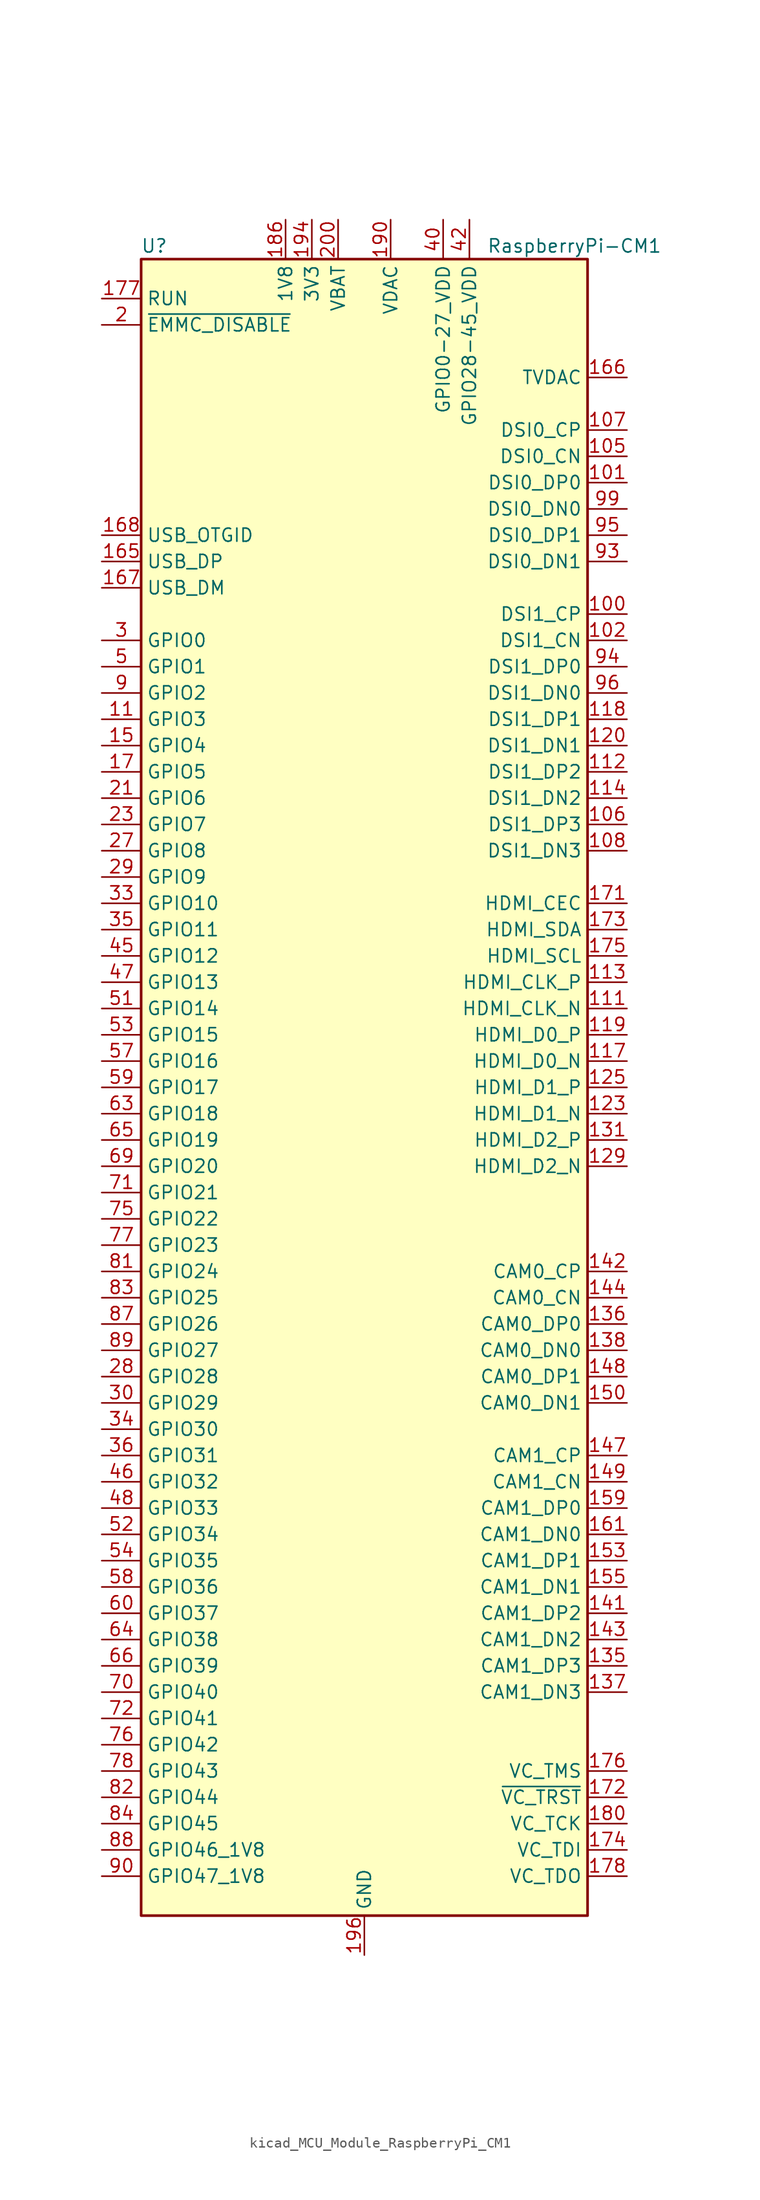
<source format=kicad_sym>
(kicad_symbol_lib
  (version 20220914)
  (generator kicad_symbol_editor)
  (symbol "kicad_MCU_Module_RaspberryPi_CM1"
    (property "Reference" "U"
      (at -20.32 81.28 0)
      (effects (font (size 1.27 1.27))))
    (property "Value" "RaspberryPi-CM1"
      (at 20.32 81.28 0)
      (effects (font (size 1.27 1.27))))
    (symbol "kicad_MCU_Module_RaspberryPi_CM1_0_1"
      (rectangle (start -21.59 80.01) (end 21.59 -80.01) (stroke (width 0.254) (type default)) (fill (type background))))
    (symbol "kicad_MCU_Module_RaspberryPi_CM1_1_1"
      (pin passive line (at 0 -83.82 90) (length 3.81) hide (name "GND" (effects (font (size 1.27 1.27)))) (number "1" (effects (font (size 1.27 1.27)))))
      (pin no_connect line (at -20.32 71.12 0) (length 2.54) hide (name "NC" (effects (font (size 1.27 1.27)))) (number "10" (effects (font (size 1.27 1.27)))))
      (pin output line (at 25.4 45.72 180) (length 3.81) (name "DSI1_CP" (effects (font (size 1.27 1.27)))) (number "100" (effects (font (size 1.27 1.27)))))
      (pin output line (at 25.4 58.42 180) (length 3.81) (name "DSI0_DP0" (effects (font (size 1.27 1.27)))) (number "101" (effects (font (size 1.27 1.27)))))
      (pin output line (at 25.4 43.18 180) (length 3.81) (name "DSI1_CN" (effects (font (size 1.27 1.27)))) (number "102" (effects (font (size 1.27 1.27)))))
      (pin passive line (at 0 -83.82 90) (length 3.81) hide (name "GND" (effects (font (size 1.27 1.27)))) (number "103" (effects (font (size 1.27 1.27)))))
      (pin passive line (at 0 -83.82 90) (length 3.81) hide (name "GND" (effects (font (size 1.27 1.27)))) (number "104" (effects (font (size 1.27 1.27)))))
      (pin output line (at 25.4 60.96 180) (length 3.81) (name "DSI0_CN" (effects (font (size 1.27 1.27)))) (number "105" (effects (font (size 1.27 1.27)))))
      (pin output line (at 25.4 25.4 180) (length 3.81) (name "DSI1_DP3" (effects (font (size 1.27 1.27)))) (number "106" (effects (font (size 1.27 1.27)))))
      (pin output line (at 25.4 63.5 180) (length 3.81) (name "DSI0_CP" (effects (font (size 1.27 1.27)))) (number "107" (effects (font (size 1.27 1.27)))))
      (pin output line (at 25.4 22.86 180) (length 3.81) (name "DSI1_DN3" (effects (font (size 1.27 1.27)))) (number "108" (effects (font (size 1.27 1.27)))))
      (pin passive line (at 0 -83.82 90) (length 3.81) hide (name "GND" (effects (font (size 1.27 1.27)))) (number "109" (effects (font (size 1.27 1.27)))))
      (pin bidirectional line (at -25.4 35.56 0) (length 3.81) (name "GPIO3" (effects (font (size 1.27 1.27)))) (number "11" (effects (font (size 1.27 1.27)))))
      (pin passive line (at 0 -83.82 90) (length 3.81) hide (name "GND" (effects (font (size 1.27 1.27)))) (number "110" (effects (font (size 1.27 1.27)))))
      (pin output line (at 25.4 7.62 180) (length 3.81) (name "HDMI_CLK_N" (effects (font (size 1.27 1.27)))) (number "111" (effects (font (size 1.27 1.27)))))
      (pin output line (at 25.4 30.48 180) (length 3.81) (name "DSI1_DP2" (effects (font (size 1.27 1.27)))) (number "112" (effects (font (size 1.27 1.27)))))
      (pin output line (at 25.4 10.16 180) (length 3.81) (name "HDMI_CLK_P" (effects (font (size 1.27 1.27)))) (number "113" (effects (font (size 1.27 1.27)))))
      (pin output line (at 25.4 27.94 180) (length 3.81) (name "DSI1_DN2" (effects (font (size 1.27 1.27)))) (number "114" (effects (font (size 1.27 1.27)))))
      (pin passive line (at 0 -83.82 90) (length 3.81) hide (name "GND" (effects (font (size 1.27 1.27)))) (number "115" (effects (font (size 1.27 1.27)))))
      (pin passive line (at 0 -83.82 90) (length 3.81) hide (name "GND" (effects (font (size 1.27 1.27)))) (number "116" (effects (font (size 1.27 1.27)))))
      (pin output line (at 25.4 2.54 180) (length 3.81) (name "HDMI_D0_N" (effects (font (size 1.27 1.27)))) (number "117" (effects (font (size 1.27 1.27)))))
      (pin output line (at 25.4 35.56 180) (length 3.81) (name "DSI1_DP1" (effects (font (size 1.27 1.27)))) (number "118" (effects (font (size 1.27 1.27)))))
      (pin output line (at 25.4 5.08 180) (length 3.81) (name "HDMI_D0_P" (effects (font (size 1.27 1.27)))) (number "119" (effects (font (size 1.27 1.27)))))
      (pin no_connect line (at -20.32 68.58 0) (length 2.54) hide (name "NC" (effects (font (size 1.27 1.27)))) (number "12" (effects (font (size 1.27 1.27)))))
      (pin output line (at 25.4 33.02 180) (length 3.81) (name "DSI1_DN1" (effects (font (size 1.27 1.27)))) (number "120" (effects (font (size 1.27 1.27)))))
      (pin passive line (at 0 -83.82 90) (length 3.81) hide (name "GND" (effects (font (size 1.27 1.27)))) (number "121" (effects (font (size 1.27 1.27)))))
      (pin passive line (at 0 -83.82 90) (length 3.81) hide (name "GND" (effects (font (size 1.27 1.27)))) (number "122" (effects (font (size 1.27 1.27)))))
      (pin output line (at 25.4 -2.54 180) (length 3.81) (name "HDMI_D1_N" (effects (font (size 1.27 1.27)))) (number "123" (effects (font (size 1.27 1.27)))))
      (pin no_connect line (at 20.32 76.2 180) (length 2.54) hide (name "NC" (effects (font (size 1.27 1.27)))) (number "124" (effects (font (size 1.27 1.27)))))
      (pin output line (at 25.4 0 180) (length 3.81) (name "HDMI_D1_P" (effects (font (size 1.27 1.27)))) (number "125" (effects (font (size 1.27 1.27)))))
      (pin no_connect line (at 20.32 73.66 180) (length 2.54) hide (name "NC" (effects (font (size 1.27 1.27)))) (number "126" (effects (font (size 1.27 1.27)))))
      (pin passive line (at 0 -83.82 90) (length 3.81) hide (name "GND" (effects (font (size 1.27 1.27)))) (number "127" (effects (font (size 1.27 1.27)))))
      (pin no_connect line (at 20.32 71.12 180) (length 2.54) hide (name "NC" (effects (font (size 1.27 1.27)))) (number "128" (effects (font (size 1.27 1.27)))))
      (pin output line (at 25.4 -7.62 180) (length 3.81) (name "HDMI_D2_N" (effects (font (size 1.27 1.27)))) (number "129" (effects (font (size 1.27 1.27)))))
      (pin passive line (at 0 -83.82 90) (length 3.81) hide (name "GND" (effects (font (size 1.27 1.27)))) (number "13" (effects (font (size 1.27 1.27)))))
      (pin no_connect line (at 20.32 66.04 180) (length 2.54) hide (name "NC" (effects (font (size 1.27 1.27)))) (number "130" (effects (font (size 1.27 1.27)))))
      (pin output line (at 25.4 -5.08 180) (length 3.81) (name "HDMI_D2_P" (effects (font (size 1.27 1.27)))) (number "131" (effects (font (size 1.27 1.27)))))
      (pin no_connect line (at 20.32 48.26 180) (length 2.54) hide (name "NC" (effects (font (size 1.27 1.27)))) (number "132" (effects (font (size 1.27 1.27)))))
      (pin passive line (at 0 -83.82 90) (length 3.81) hide (name "GND" (effects (font (size 1.27 1.27)))) (number "133" (effects (font (size 1.27 1.27)))))
      (pin passive line (at 0 -83.82 90) (length 3.81) hide (name "GND" (effects (font (size 1.27 1.27)))) (number "134" (effects (font (size 1.27 1.27)))))
      (pin input line (at 25.4 -55.88 180) (length 3.81) (name "CAM1_DP3" (effects (font (size 1.27 1.27)))) (number "135" (effects (font (size 1.27 1.27)))))
      (pin input line (at 25.4 -22.86 180) (length 3.81) (name "CAM0_DP0" (effects (font (size 1.27 1.27)))) (number "136" (effects (font (size 1.27 1.27)))))
      (pin input line (at 25.4 -58.42 180) (length 3.81) (name "CAM1_DN3" (effects (font (size 1.27 1.27)))) (number "137" (effects (font (size 1.27 1.27)))))
      (pin input line (at 25.4 -25.4 180) (length 3.81) (name "CAM0_DN0" (effects (font (size 1.27 1.27)))) (number "138" (effects (font (size 1.27 1.27)))))
      (pin passive line (at 0 -83.82 90) (length 3.81) hide (name "GND" (effects (font (size 1.27 1.27)))) (number "139" (effects (font (size 1.27 1.27)))))
      (pin no_connect line (at 5.08 -78.74 90) (length 2.54) hide (name "NC" (effects (font (size 1.27 1.27)))) (number "14" (effects (font (size 1.27 1.27)))))
      (pin passive line (at 0 -83.82 90) (length 3.81) hide (name "GND" (effects (font (size 1.27 1.27)))) (number "140" (effects (font (size 1.27 1.27)))))
      (pin input line (at 25.4 -50.8 180) (length 3.81) (name "CAM1_DP2" (effects (font (size 1.27 1.27)))) (number "141" (effects (font (size 1.27 1.27)))))
      (pin input line (at 25.4 -17.78 180) (length 3.81) (name "CAM0_CP" (effects (font (size 1.27 1.27)))) (number "142" (effects (font (size 1.27 1.27)))))
      (pin input line (at 25.4 -53.34 180) (length 3.81) (name "CAM1_DN2" (effects (font (size 1.27 1.27)))) (number "143" (effects (font (size 1.27 1.27)))))
      (pin input line (at 25.4 -20.32 180) (length 3.81) (name "CAM0_CN" (effects (font (size 1.27 1.27)))) (number "144" (effects (font (size 1.27 1.27)))))
      (pin passive line (at 0 -83.82 90) (length 3.81) hide (name "GND" (effects (font (size 1.27 1.27)))) (number "145" (effects (font (size 1.27 1.27)))))
      (pin passive line (at 0 -83.82 90) (length 3.81) hide (name "GND" (effects (font (size 1.27 1.27)))) (number "146" (effects (font (size 1.27 1.27)))))
      (pin input line (at 25.4 -35.56 180) (length 3.81) (name "CAM1_CP" (effects (font (size 1.27 1.27)))) (number "147" (effects (font (size 1.27 1.27)))))
      (pin input line (at 25.4 -27.94 180) (length 3.81) (name "CAM0_DP1" (effects (font (size 1.27 1.27)))) (number "148" (effects (font (size 1.27 1.27)))))
      (pin input line (at 25.4 -38.1 180) (length 3.81) (name "CAM1_CN" (effects (font (size 1.27 1.27)))) (number "149" (effects (font (size 1.27 1.27)))))
      (pin bidirectional line (at -25.4 33.02 0) (length 3.81) (name "GPIO4" (effects (font (size 1.27 1.27)))) (number "15" (effects (font (size 1.27 1.27)))))
      (pin input line (at 25.4 -30.48 180) (length 3.81) (name "CAM0_DN1" (effects (font (size 1.27 1.27)))) (number "150" (effects (font (size 1.27 1.27)))))
      (pin passive line (at 0 -83.82 90) (length 3.81) hide (name "GND" (effects (font (size 1.27 1.27)))) (number "151" (effects (font (size 1.27 1.27)))))
      (pin passive line (at 0 -83.82 90) (length 3.81) hide (name "GND" (effects (font (size 1.27 1.27)))) (number "152" (effects (font (size 1.27 1.27)))))
      (pin input line (at 25.4 -45.72 180) (length 3.81) (name "CAM1_DP1" (effects (font (size 1.27 1.27)))) (number "153" (effects (font (size 1.27 1.27)))))
      (pin no_connect line (at 20.32 -15.24 180) (length 2.54) hide (name "NC" (effects (font (size 1.27 1.27)))) (number "154" (effects (font (size 1.27 1.27)))))
      (pin input line (at 25.4 -48.26 180) (length 3.81) (name "CAM1_DN1" (effects (font (size 1.27 1.27)))) (number "155" (effects (font (size 1.27 1.27)))))
      (pin no_connect line (at 20.32 -12.7 180) (length 2.54) hide (name "NC" (effects (font (size 1.27 1.27)))) (number "156" (effects (font (size 1.27 1.27)))))
      (pin passive line (at 0 -83.82 90) (length 3.81) hide (name "GND" (effects (font (size 1.27 1.27)))) (number "157" (effects (font (size 1.27 1.27)))))
      (pin no_connect line (at 20.32 20.32 180) (length 2.54) hide (name "NC" (effects (font (size 1.27 1.27)))) (number "158" (effects (font (size 1.27 1.27)))))
      (pin input line (at 25.4 -40.64 180) (length 3.81) (name "CAM1_DP0" (effects (font (size 1.27 1.27)))) (number "159" (effects (font (size 1.27 1.27)))))
      (pin no_connect line (at -20.32 66.04 0) (length 2.54) hide (name "NC" (effects (font (size 1.27 1.27)))) (number "16" (effects (font (size 1.27 1.27)))))
      (pin no_connect line (at 20.32 -60.96 180) (length 2.54) hide (name "NC" (effects (font (size 1.27 1.27)))) (number "160" (effects (font (size 1.27 1.27)))))
      (pin input line (at 25.4 -43.18 180) (length 3.81) (name "CAM1_DN0" (effects (font (size 1.27 1.27)))) (number "161" (effects (font (size 1.27 1.27)))))
      (pin no_connect line (at 20.32 -63.5 180) (length 2.54) hide (name "NC" (effects (font (size 1.27 1.27)))) (number "162" (effects (font (size 1.27 1.27)))))
      (pin passive line (at 0 -83.82 90) (length 3.81) hide (name "GND" (effects (font (size 1.27 1.27)))) (number "163" (effects (font (size 1.27 1.27)))))
      (pin passive line (at 0 -83.82 90) (length 3.81) hide (name "GND" (effects (font (size 1.27 1.27)))) (number "164" (effects (font (size 1.27 1.27)))))
      (pin bidirectional line (at -25.4 50.8 0) (length 3.81) (name "USB_DP" (effects (font (size 1.27 1.27)))) (number "165" (effects (font (size 1.27 1.27)))))
      (pin output line (at 25.4 68.58 180) (length 3.81) (name "TVDAC" (effects (font (size 1.27 1.27)))) (number "166" (effects (font (size 1.27 1.27)))))
      (pin bidirectional line (at -25.4 48.26 0) (length 3.81) (name "USB_DM" (effects (font (size 1.27 1.27)))) (number "167" (effects (font (size 1.27 1.27)))))
      (pin passive line (at -25.4 53.34 0) (length 3.81) (name "USB_OTGID" (effects (font (size 1.27 1.27)))) (number "168" (effects (font (size 1.27 1.27)))))
      (pin passive line (at 0 -83.82 90) (length 3.81) hide (name "GND" (effects (font (size 1.27 1.27)))) (number "169" (effects (font (size 1.27 1.27)))))
      (pin bidirectional line (at -25.4 30.48 0) (length 3.81) (name "GPIO5" (effects (font (size 1.27 1.27)))) (number "17" (effects (font (size 1.27 1.27)))))
      (pin passive line (at 0 -83.82 90) (length 3.81) hide (name "GND" (effects (font (size 1.27 1.27)))) (number "170" (effects (font (size 1.27 1.27)))))
      (pin bidirectional line (at 25.4 17.78 180) (length 3.81) (name "HDMI_CEC" (effects (font (size 1.27 1.27)))) (number "171" (effects (font (size 1.27 1.27)))))
      (pin input line (at 25.4 -68.58 180) (length 3.81) (name "~{VC_TRST}" (effects (font (size 1.27 1.27)))) (number "172" (effects (font (size 1.27 1.27)))))
      (pin bidirectional line (at 25.4 15.24 180) (length 3.81) (name "HDMI_SDA" (effects (font (size 1.27 1.27)))) (number "173" (effects (font (size 1.27 1.27)))))
      (pin input line (at 25.4 -73.66 180) (length 3.81) (name "VC_TDI" (effects (font (size 1.27 1.27)))) (number "174" (effects (font (size 1.27 1.27)))))
      (pin bidirectional line (at 25.4 12.7 180) (length 3.81) (name "HDMI_SCL" (effects (font (size 1.27 1.27)))) (number "175" (effects (font (size 1.27 1.27)))))
      (pin input line (at 25.4 -66.04 180) (length 3.81) (name "VC_TMS" (effects (font (size 1.27 1.27)))) (number "176" (effects (font (size 1.27 1.27)))))
      (pin input line (at -25.4 76.2 0) (length 3.81) (name "RUN" (effects (font (size 1.27 1.27)))) (number "177" (effects (font (size 1.27 1.27)))))
      (pin output line (at 25.4 -76.2 180) (length 3.81) (name "VC_TDO" (effects (font (size 1.27 1.27)))) (number "178" (effects (font (size 1.27 1.27)))))
      (pin no_connect line (at 0 78.74 270) (length 2.54) hide (name "VDD_CORE_(DO_NOT_CONNECT)" (effects (font (size 1.27 1.27)))) (number "179" (effects (font (size 1.27 1.27)))))
      (pin no_connect line (at -20.32 63.5 0) (length 2.54) hide (name "NC" (effects (font (size 1.27 1.27)))) (number "18" (effects (font (size 1.27 1.27)))))
      (pin input line (at 25.4 -71.12 180) (length 3.81) (name "VC_TCK" (effects (font (size 1.27 1.27)))) (number "180" (effects (font (size 1.27 1.27)))))
      (pin passive line (at 0 -83.82 90) (length 3.81) hide (name "GND" (effects (font (size 1.27 1.27)))) (number "181" (effects (font (size 1.27 1.27)))))
      (pin passive line (at 0 -83.82 90) (length 3.81) hide (name "GND" (effects (font (size 1.27 1.27)))) (number "182" (effects (font (size 1.27 1.27)))))
      (pin passive line (at -7.62 83.82 270) (length 3.81) hide (name "1V8" (effects (font (size 1.27 1.27)))) (number "183" (effects (font (size 1.27 1.27)))))
      (pin passive line (at -7.62 83.82 270) (length 3.81) hide (name "1V8" (effects (font (size 1.27 1.27)))) (number "184" (effects (font (size 1.27 1.27)))))
      (pin passive line (at -7.62 83.82 270) (length 3.81) hide (name "1V8" (effects (font (size 1.27 1.27)))) (number "185" (effects (font (size 1.27 1.27)))))
      (pin power_in line (at -7.62 83.82 270) (length 3.81) (name "1V8" (effects (font (size 1.27 1.27)))) (number "186" (effects (font (size 1.27 1.27)))))
      (pin passive line (at 0 -83.82 90) (length 3.81) hide (name "GND" (effects (font (size 1.27 1.27)))) (number "187" (effects (font (size 1.27 1.27)))))
      (pin passive line (at 0 -83.82 90) (length 3.81) hide (name "GND" (effects (font (size 1.27 1.27)))) (number "188" (effects (font (size 1.27 1.27)))))
      (pin passive line (at 2.54 83.82 270) (length 3.81) hide (name "VDAC" (effects (font (size 1.27 1.27)))) (number "189" (effects (font (size 1.27 1.27)))))
      (pin passive line (at 0 -83.82 90) (length 3.81) hide (name "GND" (effects (font (size 1.27 1.27)))) (number "19" (effects (font (size 1.27 1.27)))))
      (pin power_in line (at 2.54 83.82 270) (length 3.81) (name "VDAC" (effects (font (size 1.27 1.27)))) (number "190" (effects (font (size 1.27 1.27)))))
      (pin passive line (at -5.08 83.82 270) (length 3.81) hide (name "3V3" (effects (font (size 1.27 1.27)))) (number "191" (effects (font (size 1.27 1.27)))))
      (pin passive line (at -5.08 83.82 270) (length 3.81) hide (name "3V3" (effects (font (size 1.27 1.27)))) (number "192" (effects (font (size 1.27 1.27)))))
      (pin passive line (at -5.08 83.82 270) (length 3.81) hide (name "3V3" (effects (font (size 1.27 1.27)))) (number "193" (effects (font (size 1.27 1.27)))))
      (pin power_in line (at -5.08 83.82 270) (length 3.81) (name "3V3" (effects (font (size 1.27 1.27)))) (number "194" (effects (font (size 1.27 1.27)))))
      (pin passive line (at 0 -83.82 90) (length 3.81) hide (name "GND" (effects (font (size 1.27 1.27)))) (number "195" (effects (font (size 1.27 1.27)))))
      (pin power_out line (at 0 -83.82 90) (length 3.81) (name "GND" (effects (font (size 1.27 1.27)))) (number "196" (effects (font (size 1.27 1.27)))))
      (pin passive line (at -2.54 83.82 270) (length 3.81) hide (name "VBAT" (effects (font (size 1.27 1.27)))) (number "197" (effects (font (size 1.27 1.27)))))
      (pin passive line (at -2.54 83.82 270) (length 3.81) hide (name "VBAT" (effects (font (size 1.27 1.27)))) (number "198" (effects (font (size 1.27 1.27)))))
      (pin passive line (at -2.54 83.82 270) (length 3.81) hide (name "VBAT" (effects (font (size 1.27 1.27)))) (number "199" (effects (font (size 1.27 1.27)))))
      (pin input line (at -25.4 73.66 0) (length 3.81) (name "~{EMMC_DISABLE}" (effects (font (size 1.27 1.27)))) (number "2" (effects (font (size 1.27 1.27)))))
      (pin no_connect line (at 7.62 -78.74 90) (length 2.54) hide (name "NC" (effects (font (size 1.27 1.27)))) (number "20" (effects (font (size 1.27 1.27)))))
      (pin power_in line (at -2.54 83.82 270) (length 3.81) (name "VBAT" (effects (font (size 1.27 1.27)))) (number "200" (effects (font (size 1.27 1.27)))))
      (pin bidirectional line (at -25.4 27.94 0) (length 3.81) (name "GPIO6" (effects (font (size 1.27 1.27)))) (number "21" (effects (font (size 1.27 1.27)))))
      (pin no_connect line (at -20.32 60.96 0) (length 2.54) hide (name "NC" (effects (font (size 1.27 1.27)))) (number "22" (effects (font (size 1.27 1.27)))))
      (pin bidirectional line (at -25.4 25.4 0) (length 3.81) (name "GPIO7" (effects (font (size 1.27 1.27)))) (number "23" (effects (font (size 1.27 1.27)))))
      (pin no_connect line (at -20.32 58.42 0) (length 2.54) hide (name "NC" (effects (font (size 1.27 1.27)))) (number "24" (effects (font (size 1.27 1.27)))))
      (pin passive line (at 0 -83.82 90) (length 3.81) hide (name "GND" (effects (font (size 1.27 1.27)))) (number "25" (effects (font (size 1.27 1.27)))))
      (pin passive line (at 0 -83.82 90) (length 3.81) hide (name "GND" (effects (font (size 1.27 1.27)))) (number "26" (effects (font (size 1.27 1.27)))))
      (pin bidirectional line (at -25.4 22.86 0) (length 3.81) (name "GPIO8" (effects (font (size 1.27 1.27)))) (number "27" (effects (font (size 1.27 1.27)))))
      (pin bidirectional line (at -25.4 -27.94 0) (length 3.81) (name "GPIO28" (effects (font (size 1.27 1.27)))) (number "28" (effects (font (size 1.27 1.27)))))
      (pin bidirectional line (at -25.4 20.32 0) (length 3.81) (name "GPIO9" (effects (font (size 1.27 1.27)))) (number "29" (effects (font (size 1.27 1.27)))))
      (pin bidirectional line (at -25.4 43.18 0) (length 3.81) (name "GPIO0" (effects (font (size 1.27 1.27)))) (number "3" (effects (font (size 1.27 1.27)))))
      (pin bidirectional line (at -25.4 -30.48 0) (length 3.81) (name "GPIO29" (effects (font (size 1.27 1.27)))) (number "30" (effects (font (size 1.27 1.27)))))
      (pin passive line (at 0 -83.82 90) (length 3.81) hide (name "GND" (effects (font (size 1.27 1.27)))) (number "31" (effects (font (size 1.27 1.27)))))
      (pin passive line (at 0 -83.82 90) (length 3.81) hide (name "GND" (effects (font (size 1.27 1.27)))) (number "32" (effects (font (size 1.27 1.27)))))
      (pin bidirectional line (at -25.4 17.78 0) (length 3.81) (name "GPIO10" (effects (font (size 1.27 1.27)))) (number "33" (effects (font (size 1.27 1.27)))))
      (pin bidirectional line (at -25.4 -33.02 0) (length 3.81) (name "GPIO30" (effects (font (size 1.27 1.27)))) (number "34" (effects (font (size 1.27 1.27)))))
      (pin bidirectional line (at -25.4 15.24 0) (length 3.81) (name "GPIO11" (effects (font (size 1.27 1.27)))) (number "35" (effects (font (size 1.27 1.27)))))
      (pin bidirectional line (at -25.4 -35.56 0) (length 3.81) (name "GPIO31" (effects (font (size 1.27 1.27)))) (number "36" (effects (font (size 1.27 1.27)))))
      (pin passive line (at 0 -83.82 90) (length 3.81) hide (name "GND" (effects (font (size 1.27 1.27)))) (number "37" (effects (font (size 1.27 1.27)))))
      (pin passive line (at 0 -83.82 90) (length 3.81) hide (name "GND" (effects (font (size 1.27 1.27)))) (number "38" (effects (font (size 1.27 1.27)))))
      (pin passive line (at 7.62 83.82 270) (length 3.81) hide (name "GPIO0-27_VDD" (effects (font (size 1.27 1.27)))) (number "39" (effects (font (size 1.27 1.27)))))
      (pin no_connect line (at 5.08 78.74 270) (length 2.54) hide (name "NC" (effects (font (size 1.27 1.27)))) (number "4" (effects (font (size 1.27 1.27)))))
      (pin power_in line (at 7.62 83.82 270) (length 3.81) (name "GPIO0-27_VDD" (effects (font (size 1.27 1.27)))) (number "40" (effects (font (size 1.27 1.27)))))
      (pin passive line (at 10.16 83.82 270) (length 3.81) hide (name "GPIO28-45_VDD" (effects (font (size 1.27 1.27)))) (number "41" (effects (font (size 1.27 1.27)))))
      (pin power_in line (at 10.16 83.82 270) (length 3.81) (name "GPIO28-45_VDD" (effects (font (size 1.27 1.27)))) (number "42" (effects (font (size 1.27 1.27)))))
      (pin passive line (at 0 -83.82 90) (length 3.81) hide (name "GND" (effects (font (size 1.27 1.27)))) (number "43" (effects (font (size 1.27 1.27)))))
      (pin passive line (at 0 -83.82 90) (length 3.81) hide (name "GND" (effects (font (size 1.27 1.27)))) (number "44" (effects (font (size 1.27 1.27)))))
      (pin bidirectional line (at -25.4 12.7 0) (length 3.81) (name "GPIO12" (effects (font (size 1.27 1.27)))) (number "45" (effects (font (size 1.27 1.27)))))
      (pin bidirectional line (at -25.4 -38.1 0) (length 3.81) (name "GPIO32" (effects (font (size 1.27 1.27)))) (number "46" (effects (font (size 1.27 1.27)))))
      (pin bidirectional line (at -25.4 10.16 0) (length 3.81) (name "GPIO13" (effects (font (size 1.27 1.27)))) (number "47" (effects (font (size 1.27 1.27)))))
      (pin bidirectional line (at -25.4 -40.64 0) (length 3.81) (name "GPIO33" (effects (font (size 1.27 1.27)))) (number "48" (effects (font (size 1.27 1.27)))))
      (pin passive line (at 0 -83.82 90) (length 3.81) hide (name "GND" (effects (font (size 1.27 1.27)))) (number "49" (effects (font (size 1.27 1.27)))))
      (pin bidirectional line (at -25.4 40.64 0) (length 3.81) (name "GPIO1" (effects (font (size 1.27 1.27)))) (number "5" (effects (font (size 1.27 1.27)))))
      (pin passive line (at 0 -83.82 90) (length 3.81) hide (name "GND" (effects (font (size 1.27 1.27)))) (number "50" (effects (font (size 1.27 1.27)))))
      (pin bidirectional line (at -25.4 7.62 0) (length 3.81) (name "GPIO14" (effects (font (size 1.27 1.27)))) (number "51" (effects (font (size 1.27 1.27)))))
      (pin bidirectional line (at -25.4 -43.18 0) (length 3.81) (name "GPIO34" (effects (font (size 1.27 1.27)))) (number "52" (effects (font (size 1.27 1.27)))))
      (pin bidirectional line (at -25.4 5.08 0) (length 3.81) (name "GPIO15" (effects (font (size 1.27 1.27)))) (number "53" (effects (font (size 1.27 1.27)))))
      (pin bidirectional line (at -25.4 -45.72 0) (length 3.81) (name "GPIO35" (effects (font (size 1.27 1.27)))) (number "54" (effects (font (size 1.27 1.27)))))
      (pin passive line (at 0 -83.82 90) (length 3.81) hide (name "GND" (effects (font (size 1.27 1.27)))) (number "55" (effects (font (size 1.27 1.27)))))
      (pin passive line (at 0 -83.82 90) (length 3.81) hide (name "GND" (effects (font (size 1.27 1.27)))) (number "56" (effects (font (size 1.27 1.27)))))
      (pin bidirectional line (at -25.4 2.54 0) (length 3.81) (name "GPIO16" (effects (font (size 1.27 1.27)))) (number "57" (effects (font (size 1.27 1.27)))))
      (pin bidirectional line (at -25.4 -48.26 0) (length 3.81) (name "GPIO36" (effects (font (size 1.27 1.27)))) (number "58" (effects (font (size 1.27 1.27)))))
      (pin bidirectional line (at -25.4 0 0) (length 3.81) (name "GPIO17" (effects (font (size 1.27 1.27)))) (number "59" (effects (font (size 1.27 1.27)))))
      (pin no_connect line (at 12.7 78.74 270) (length 2.54) hide (name "NC" (effects (font (size 1.27 1.27)))) (number "6" (effects (font (size 1.27 1.27)))))
      (pin bidirectional line (at -25.4 -50.8 0) (length 3.81) (name "GPIO37" (effects (font (size 1.27 1.27)))) (number "60" (effects (font (size 1.27 1.27)))))
      (pin passive line (at 0 -83.82 90) (length 3.81) hide (name "GND" (effects (font (size 1.27 1.27)))) (number "61" (effects (font (size 1.27 1.27)))))
      (pin passive line (at 0 -83.82 90) (length 3.81) hide (name "GND" (effects (font (size 1.27 1.27)))) (number "62" (effects (font (size 1.27 1.27)))))
      (pin bidirectional line (at -25.4 -2.54 0) (length 3.81) (name "GPIO18" (effects (font (size 1.27 1.27)))) (number "63" (effects (font (size 1.27 1.27)))))
      (pin bidirectional line (at -25.4 -53.34 0) (length 3.81) (name "GPIO38" (effects (font (size 1.27 1.27)))) (number "64" (effects (font (size 1.27 1.27)))))
      (pin bidirectional line (at -25.4 -5.08 0) (length 3.81) (name "GPIO19" (effects (font (size 1.27 1.27)))) (number "65" (effects (font (size 1.27 1.27)))))
      (pin bidirectional line (at -25.4 -55.88 0) (length 3.81) (name "GPIO39" (effects (font (size 1.27 1.27)))) (number "66" (effects (font (size 1.27 1.27)))))
      (pin passive line (at 0 -83.82 90) (length 3.81) hide (name "GND" (effects (font (size 1.27 1.27)))) (number "67" (effects (font (size 1.27 1.27)))))
      (pin passive line (at 0 -83.82 90) (length 3.81) hide (name "GND" (effects (font (size 1.27 1.27)))) (number "68" (effects (font (size 1.27 1.27)))))
      (pin bidirectional line (at -25.4 -7.62 0) (length 3.81) (name "GPIO20" (effects (font (size 1.27 1.27)))) (number "69" (effects (font (size 1.27 1.27)))))
      (pin passive line (at 0 -83.82 90) (length 3.81) hide (name "GND" (effects (font (size 1.27 1.27)))) (number "7" (effects (font (size 1.27 1.27)))))
      (pin bidirectional line (at -25.4 -58.42 0) (length 3.81) (name "GPIO40" (effects (font (size 1.27 1.27)))) (number "70" (effects (font (size 1.27 1.27)))))
      (pin bidirectional line (at -25.4 -10.16 0) (length 3.81) (name "GPIO21" (effects (font (size 1.27 1.27)))) (number "71" (effects (font (size 1.27 1.27)))))
      (pin bidirectional line (at -25.4 -60.96 0) (length 3.81) (name "GPIO41" (effects (font (size 1.27 1.27)))) (number "72" (effects (font (size 1.27 1.27)))))
      (pin passive line (at 0 -83.82 90) (length 3.81) hide (name "GND" (effects (font (size 1.27 1.27)))) (number "73" (effects (font (size 1.27 1.27)))))
      (pin passive line (at 0 -83.82 90) (length 3.81) hide (name "GND" (effects (font (size 1.27 1.27)))) (number "74" (effects (font (size 1.27 1.27)))))
      (pin bidirectional line (at -25.4 -12.7 0) (length 3.81) (name "GPIO22" (effects (font (size 1.27 1.27)))) (number "75" (effects (font (size 1.27 1.27)))))
      (pin bidirectional line (at -25.4 -63.5 0) (length 3.81) (name "GPIO42" (effects (font (size 1.27 1.27)))) (number "76" (effects (font (size 1.27 1.27)))))
      (pin bidirectional line (at -25.4 -15.24 0) (length 3.81) (name "GPIO23" (effects (font (size 1.27 1.27)))) (number "77" (effects (font (size 1.27 1.27)))))
      (pin bidirectional line (at -25.4 -66.04 0) (length 3.81) (name "GPIO43" (effects (font (size 1.27 1.27)))) (number "78" (effects (font (size 1.27 1.27)))))
      (pin passive line (at 0 -83.82 90) (length 3.81) hide (name "GND" (effects (font (size 1.27 1.27)))) (number "79" (effects (font (size 1.27 1.27)))))
      (pin no_connect line (at 2.54 -78.74 90) (length 2.54) hide (name "NC" (effects (font (size 1.27 1.27)))) (number "8" (effects (font (size 1.27 1.27)))))
      (pin passive line (at 0 -83.82 90) (length 3.81) hide (name "GND" (effects (font (size 1.27 1.27)))) (number "80" (effects (font (size 1.27 1.27)))))
      (pin bidirectional line (at -25.4 -17.78 0) (length 3.81) (name "GPIO24" (effects (font (size 1.27 1.27)))) (number "81" (effects (font (size 1.27 1.27)))))
      (pin bidirectional line (at -25.4 -68.58 0) (length 3.81) (name "GPIO44" (effects (font (size 1.27 1.27)))) (number "82" (effects (font (size 1.27 1.27)))))
      (pin bidirectional line (at -25.4 -20.32 0) (length 3.81) (name "GPIO25" (effects (font (size 1.27 1.27)))) (number "83" (effects (font (size 1.27 1.27)))))
      (pin bidirectional line (at -25.4 -71.12 0) (length 3.81) (name "GPIO45" (effects (font (size 1.27 1.27)))) (number "84" (effects (font (size 1.27 1.27)))))
      (pin passive line (at 0 -83.82 90) (length 3.81) hide (name "GND" (effects (font (size 1.27 1.27)))) (number "85" (effects (font (size 1.27 1.27)))))
      (pin passive line (at 0 -83.82 90) (length 3.81) hide (name "GND" (effects (font (size 1.27 1.27)))) (number "86" (effects (font (size 1.27 1.27)))))
      (pin bidirectional line (at -25.4 -22.86 0) (length 3.81) (name "GPIO26" (effects (font (size 1.27 1.27)))) (number "87" (effects (font (size 1.27 1.27)))))
      (pin bidirectional line (at -25.4 -73.66 0) (length 3.81) (name "GPIO46_1V8" (effects (font (size 1.27 1.27)))) (number "88" (effects (font (size 1.27 1.27)))))
      (pin bidirectional line (at -25.4 -25.4 0) (length 3.81) (name "GPIO27" (effects (font (size 1.27 1.27)))) (number "89" (effects (font (size 1.27 1.27)))))
      (pin bidirectional line (at -25.4 38.1 0) (length 3.81) (name "GPIO2" (effects (font (size 1.27 1.27)))) (number "9" (effects (font (size 1.27 1.27)))))
      (pin bidirectional line (at -25.4 -76.2 0) (length 3.81) (name "GPIO47_1V8" (effects (font (size 1.27 1.27)))) (number "90" (effects (font (size 1.27 1.27)))))
      (pin passive line (at 0 -83.82 90) (length 3.81) hide (name "GND" (effects (font (size 1.27 1.27)))) (number "91" (effects (font (size 1.27 1.27)))))
      (pin passive line (at 0 -83.82 90) (length 3.81) hide (name "GND" (effects (font (size 1.27 1.27)))) (number "92" (effects (font (size 1.27 1.27)))))
      (pin output line (at 25.4 50.8 180) (length 3.81) (name "DSI0_DN1" (effects (font (size 1.27 1.27)))) (number "93" (effects (font (size 1.27 1.27)))))
      (pin output line (at 25.4 40.64 180) (length 3.81) (name "DSI1_DP0" (effects (font (size 1.27 1.27)))) (number "94" (effects (font (size 1.27 1.27)))))
      (pin output line (at 25.4 53.34 180) (length 3.81) (name "DSI0_DP1" (effects (font (size 1.27 1.27)))) (number "95" (effects (font (size 1.27 1.27)))))
      (pin output line (at 25.4 38.1 180) (length 3.81) (name "DSI1_DN0" (effects (font (size 1.27 1.27)))) (number "96" (effects (font (size 1.27 1.27)))))
      (pin passive line (at 0 -83.82 90) (length 3.81) hide (name "GND" (effects (font (size 1.27 1.27)))) (number "97" (effects (font (size 1.27 1.27)))))
      (pin passive line (at 0 -83.82 90) (length 3.81) hide (name "GND" (effects (font (size 1.27 1.27)))) (number "98" (effects (font (size 1.27 1.27)))))
      (pin output line (at 25.4 55.88 180) (length 3.81) (name "DSI0_DN0" (effects (font (size 1.27 1.27)))) (number "99" (effects (font (size 1.27 1.27))))))))
</source>
